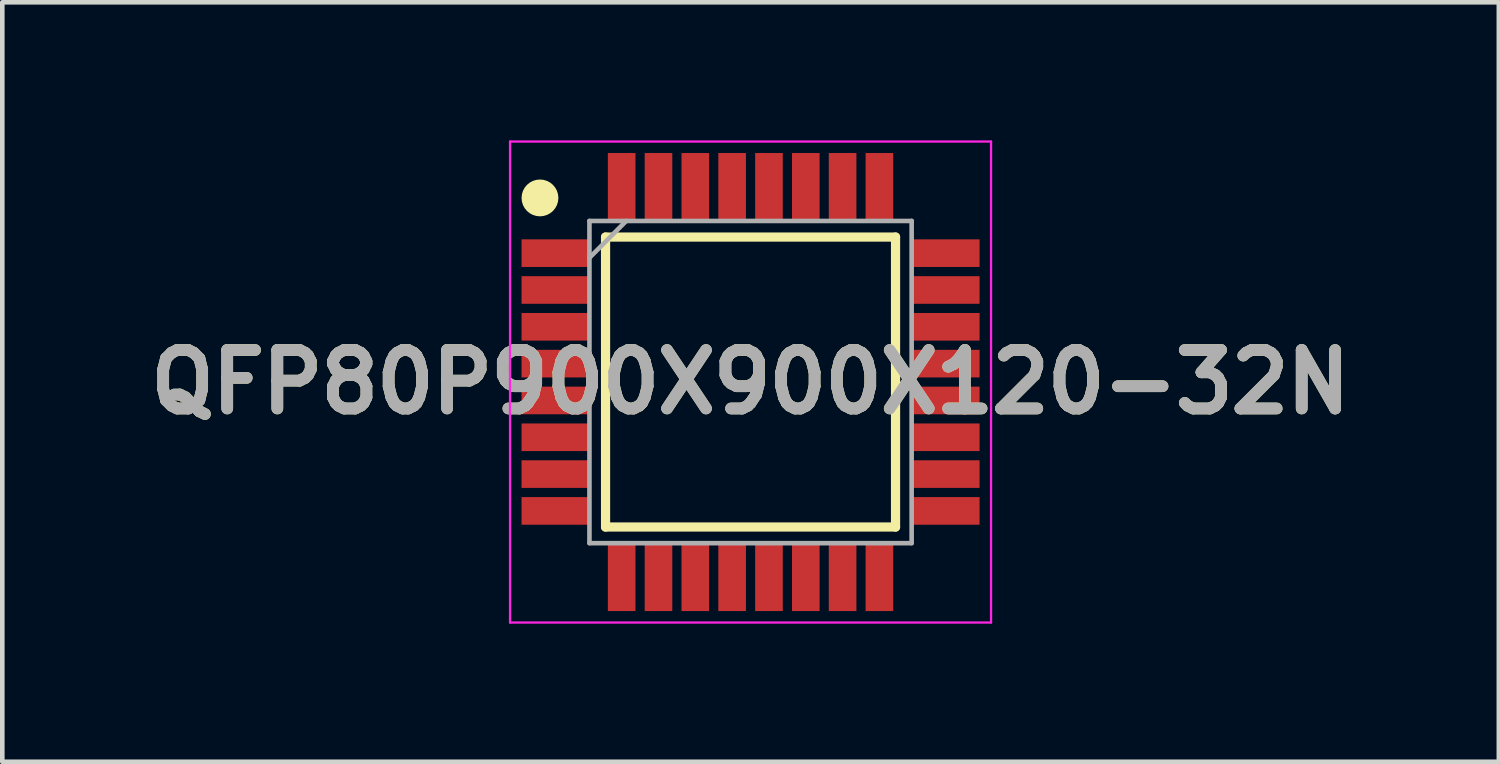
<source format=kicad_pcb>
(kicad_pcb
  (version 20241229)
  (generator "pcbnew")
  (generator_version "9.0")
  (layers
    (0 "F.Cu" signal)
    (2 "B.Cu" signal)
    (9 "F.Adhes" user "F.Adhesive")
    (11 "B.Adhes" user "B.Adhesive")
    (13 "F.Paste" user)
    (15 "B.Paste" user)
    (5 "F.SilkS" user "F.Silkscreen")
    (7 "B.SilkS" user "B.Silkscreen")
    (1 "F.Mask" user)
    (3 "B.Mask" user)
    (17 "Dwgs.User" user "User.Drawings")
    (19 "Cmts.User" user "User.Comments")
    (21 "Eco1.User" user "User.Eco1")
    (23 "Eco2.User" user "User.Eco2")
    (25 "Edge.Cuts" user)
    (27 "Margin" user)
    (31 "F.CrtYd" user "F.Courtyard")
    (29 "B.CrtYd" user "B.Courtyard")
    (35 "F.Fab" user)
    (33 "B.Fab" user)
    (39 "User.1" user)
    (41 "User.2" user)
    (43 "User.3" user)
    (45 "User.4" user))
  (footprint "QFP80P900X900X120-32N"
    (layer "F.Cu")
    (at 13.256 5.25)
    (property "Reference" "QFP80P900X900X120-32N" (at 0 0 0) (layer "F.SilkS") (effects (font (size 1.27 1.27) (thickness 0.254))))
    (attr smd)
    (fp_line (start -3.15 -3.15) (end 3.15 -3.15) (stroke (width 0.2) (type solid)) (layer "F.SilkS"))
    (fp_line (start -3.15 3.15) (end -3.15 -3.15) (stroke (width 0.2) (type solid)) (layer "F.SilkS"))
    (fp_line (start 3.15 -3.15) (end 3.15 3.15) (stroke (width 0.2) (type solid)) (layer "F.SilkS"))
    (fp_line (start 3.15 3.15) (end -3.15 3.15) (stroke (width 0.2) (type solid)) (layer "F.SilkS"))
    (fp_circle (center -4.575 -4) (end -4.575 -3.8) (stroke (width 0.4) (type solid)) (fill no) (layer "F.SilkS"))
    (fp_line (start -5.225 -5.225) (end 5.225 -5.225) (stroke (width 0.05) (type solid)) (layer "F.CrtYd"))
    (fp_line (start -5.225 5.225) (end -5.225 -5.225) (stroke (width 0.05) (type solid)) (layer "F.CrtYd"))
    (fp_line (start 5.225 -5.225) (end 5.225 5.225) (stroke (width 0.05) (type solid)) (layer "F.CrtYd"))
    (fp_line (start 5.225 5.225) (end -5.225 5.225) (stroke (width 0.05) (type solid)) (layer "F.CrtYd"))
    (fp_line (start -3.5 -3.5) (end 3.5 -3.5) (stroke (width 0.1) (type solid)) (layer "F.Fab"))
    (fp_line (start -3.5 -2.7) (end -2.7 -3.5) (stroke (width 0.1) (type solid)) (layer "F.Fab"))
    (fp_line (start -3.5 3.5) (end -3.5 -3.5) (stroke (width 0.1) (type solid)) (layer "F.Fab"))
    (fp_line (start 3.5 -3.5) (end 3.5 3.5) (stroke (width 0.1) (type solid)) (layer "F.Fab"))
    (fp_line (start 3.5 3.5) (end -3.5 3.5) (stroke (width 0.1) (type solid)) (layer "F.Fab"))
    (fp_text user "${REFERENCE}" (at 0 0 0) (layer "F.Fab") (effects (font (size 1.27 1.27) (thickness 0.254))))
    (pad "1" smd rect (at -4.238 -2.8 90) (size 0.6 1.475) (layers "F.Cu" "F.Mask" "F.Paste"))
    (pad "2" smd rect (at -4.238 -2 90) (size 0.6 1.475) (layers "F.Cu" "F.Mask" "F.Paste"))
    (pad "3" smd rect (at -4.238 -1.2 90) (size 0.6 1.475) (layers "F.Cu" "F.Mask" "F.Paste"))
    (pad "4" smd rect (at -4.238 -0.4 90) (size 0.6 1.475) (layers "F.Cu" "F.Mask" "F.Paste"))
    (pad "5" smd rect (at -4.238 0.4 90) (size 0.6 1.475) (layers "F.Cu" "F.Mask" "F.Paste"))
    (pad "6" smd rect (at -4.238 1.2 90) (size 0.6 1.475) (layers "F.Cu" "F.Mask" "F.Paste"))
    (pad "7" smd rect (at -4.238 2 90) (size 0.6 1.475) (layers "F.Cu" "F.Mask" "F.Paste"))
    (pad "8" smd rect (at -4.238 2.8 90) (size 0.6 1.475) (layers "F.Cu" "F.Mask" "F.Paste"))
    (pad "9" smd rect (at -2.8 4.238) (size 0.6 1.475) (layers "F.Cu" "F.Mask" "F.Paste"))
    (pad "10" smd rect (at -2 4.238) (size 0.6 1.475) (layers "F.Cu" "F.Mask" "F.Paste"))
    (pad "11" smd rect (at -1.2 4.238) (size 0.6 1.475) (layers "F.Cu" "F.Mask" "F.Paste"))
    (pad "12" smd rect (at -0.4 4.238) (size 0.6 1.475) (layers "F.Cu" "F.Mask" "F.Paste"))
    (pad "13" smd rect (at 0.4 4.238) (size 0.6 1.475) (layers "F.Cu" "F.Mask" "F.Paste"))
    (pad "14" smd rect (at 1.2 4.238) (size 0.6 1.475) (layers "F.Cu" "F.Mask" "F.Paste"))
    (pad "15" smd rect (at 2 4.238) (size 0.6 1.475) (layers "F.Cu" "F.Mask" "F.Paste"))
    (pad "16" smd rect (at 2.8 4.238) (size 0.6 1.475) (layers "F.Cu" "F.Mask" "F.Paste"))
    (pad "17" smd rect (at 4.238 2.8 90) (size 0.6 1.475) (layers "F.Cu" "F.Mask" "F.Paste"))
    (pad "18" smd rect (at 4.238 2 90) (size 0.6 1.475) (layers "F.Cu" "F.Mask" "F.Paste"))
    (pad "19" smd rect (at 4.238 1.2 90) (size 0.6 1.475) (layers "F.Cu" "F.Mask" "F.Paste"))
    (pad "20" smd rect (at 4.238 0.4 90) (size 0.6 1.475) (layers "F.Cu" "F.Mask" "F.Paste"))
    (pad "21" smd rect (at 4.238 -0.4 90) (size 0.6 1.475) (layers "F.Cu" "F.Mask" "F.Paste"))
    (pad "22" smd rect (at 4.238 -1.2 90) (size 0.6 1.475) (layers "F.Cu" "F.Mask" "F.Paste"))
    (pad "23" smd rect (at 4.238 -2 90) (size 0.6 1.475) (layers "F.Cu" "F.Mask" "F.Paste"))
    (pad "24" smd rect (at 4.238 -2.8 90) (size 0.6 1.475) (layers "F.Cu" "F.Mask" "F.Paste"))
    (pad "25" smd rect (at 2.8 -4.238) (size 0.6 1.475) (layers "F.Cu" "F.Mask" "F.Paste"))
    (pad "26" smd rect (at 2 -4.238) (size 0.6 1.475) (layers "F.Cu" "F.Mask" "F.Paste"))
    (pad "27" smd rect (at 1.2 -4.238) (size 0.6 1.475) (layers "F.Cu" "F.Mask" "F.Paste"))
    (pad "28" smd rect (at 0.4 -4.238) (size 0.6 1.475) (layers "F.Cu" "F.Mask" "F.Paste"))
    (pad "29" smd rect (at -0.4 -4.238) (size 0.6 1.475) (layers "F.Cu" "F.Mask" "F.Paste"))
    (pad "30" smd rect (at -1.2 -4.238) (size 0.6 1.475) (layers "F.Cu" "F.Mask" "F.Paste"))
    (pad "31" smd rect (at -2 -4.238) (size 0.6 1.475) (layers "F.Cu" "F.Mask" "F.Paste"))
    (pad "32" smd rect (at -2.8 -4.238) (size 0.6 1.475) (layers "F.Cu" "F.Mask" "F.Paste")))
  (gr_rect
    (start -3 -3)
    (end 29.513 13.5)
    (stroke (width 0.1) (type default))
    (fill no)
    (layer "Edge.Cuts")))
</source>
